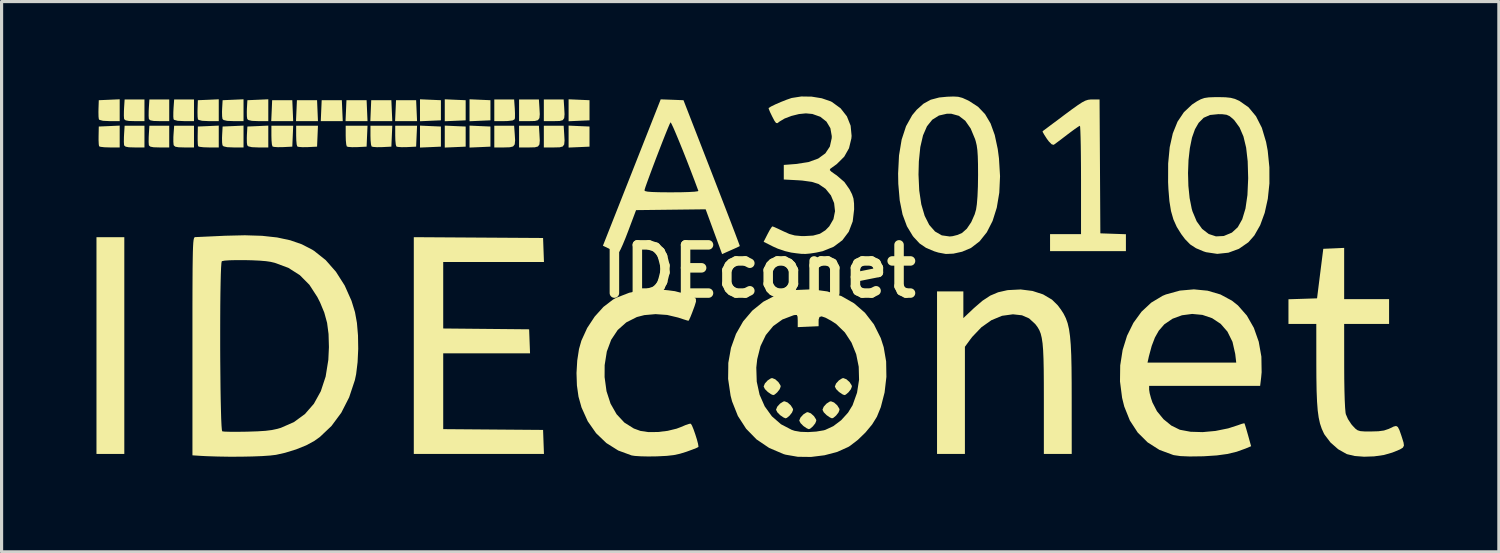
<source format=kicad_pcb>
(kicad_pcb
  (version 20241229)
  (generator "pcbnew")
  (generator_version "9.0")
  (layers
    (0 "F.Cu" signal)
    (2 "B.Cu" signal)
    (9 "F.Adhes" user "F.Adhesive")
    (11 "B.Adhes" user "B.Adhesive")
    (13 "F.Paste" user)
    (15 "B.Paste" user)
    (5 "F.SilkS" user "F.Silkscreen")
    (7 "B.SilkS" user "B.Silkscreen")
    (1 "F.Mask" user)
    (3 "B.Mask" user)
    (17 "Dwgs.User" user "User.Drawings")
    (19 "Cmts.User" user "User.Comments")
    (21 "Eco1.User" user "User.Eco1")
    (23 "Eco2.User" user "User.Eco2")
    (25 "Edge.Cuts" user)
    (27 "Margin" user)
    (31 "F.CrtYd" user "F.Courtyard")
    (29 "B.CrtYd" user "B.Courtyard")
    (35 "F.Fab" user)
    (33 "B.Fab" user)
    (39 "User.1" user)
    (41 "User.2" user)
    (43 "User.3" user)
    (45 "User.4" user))
  (footprint "IDEconet"
    (layer "F.Cu")
    (at 20.946 5.526)
    (property "Reference" "IDEconet" (at 0 0 0) (layer "F.SilkS") (effects (font (size 1.524 1.524) (thickness 0.3))))
    (attr board_only exclude_from_pos_files exclude_from_bom)
    (fp_poly (pts (xy -20.066 5.775) (xy -20.946 5.775) (xy -20.946 -1.077) (xy -20.066 -1.077)) (stroke (width 0) (type solid)) (fill yes) (layer "F.SilkS"))
    (fp_poly (pts (xy -13.16 -4.747) (xy -13.855 -4.747) (xy -13.826 -5.408) (xy -13.189 -5.408)) (stroke (width 0) (type solid)) (fill yes) (layer "F.SilkS"))
    (fp_poly (pts (xy -12.377 -4.747) (xy -13.072 -4.747) (xy -13.043 -5.408) (xy -12.406 -5.408)) (stroke (width 0) (type solid)) (fill yes) (layer "F.SilkS"))
    (fp_poly (pts (xy -10.811 -4.747) (xy -11.505 -4.747) (xy -11.476 -5.408) (xy -10.84 -5.408)) (stroke (width 0) (type solid)) (fill yes) (layer "F.SilkS"))
    (fp_poly (pts (xy -10.057 -5.408) (xy -10.057 -4.772) (xy -10.718 -4.743) (xy -10.718 -5.437)) (stroke (width 0) (type solid)) (fill yes) (layer "F.SilkS"))
    (fp_poly (pts (xy -8.491 -5.408) (xy -8.491 -4.772) (xy -9.152 -4.743) (xy -9.152 -5.437)) (stroke (width 0) (type solid)) (fill yes) (layer "F.SilkS"))
    (fp_poly (pts (xy -5.359 -5.408) (xy -5.359 -4.772) (xy -6.02 -4.743) (xy -6.02 -5.437)) (stroke (width 0) (type solid)) (fill yes) (layer "F.SilkS"))
    (fp_poly (pts (xy -14.727 -4.747) (xy -15.421 -4.747) (xy -15.406 -5.078) (xy -15.392 -5.408) (xy -14.755 -5.408)) (stroke (width 0) (type solid)) (fill yes) (layer "F.SilkS"))
    (fp_poly (pts (xy -13.958 -5.078) (xy -13.944 -4.747) (xy -14.638 -4.747) (xy -14.609 -5.408) (xy -13.972 -5.408)) (stroke (width 0) (type solid)) (fill yes) (layer "F.SilkS"))
    (fp_poly (pts (xy -11.609 -5.078) (xy -11.594 -4.747) (xy -12.288 -4.747) (xy -12.274 -5.078) (xy -12.26 -5.408) (xy -11.623 -5.408)) (stroke (width 0) (type solid)) (fill yes) (layer "F.SilkS"))
    (fp_poly (pts (xy -10.388 -4.59) (xy -10.057 -4.576) (xy -10.057 -3.94) (xy -10.388 -3.925) (xy -10.718 -3.911) (xy -10.718 -4.605)) (stroke (width 0) (type solid)) (fill yes) (layer "F.SilkS"))
    (fp_poly (pts (xy -9.605 -5.422) (xy -9.274 -5.408) (xy -9.274 -4.772) (xy -9.605 -4.757) (xy -9.935 -4.743) (xy -9.935 -5.437)) (stroke (width 0) (type solid)) (fill yes) (layer "F.SilkS"))
    (fp_poly (pts (xy -9.605 -4.59) (xy -9.274 -4.576) (xy -9.274 -3.94) (xy -9.605 -3.925) (xy -9.935 -3.911) (xy -9.935 -4.605)) (stroke (width 0) (type solid)) (fill yes) (layer "F.SilkS"))
    (fp_poly (pts (xy -8.821 -4.59) (xy -8.491 -4.576) (xy -8.491 -3.94) (xy -8.821 -3.925) (xy -9.152 -3.911) (xy -9.152 -4.605)) (stroke (width 0) (type solid)) (fill yes) (layer "F.SilkS"))
    (fp_poly (pts (xy -5.689 -4.59) (xy -5.359 -4.576) (xy -5.359 -3.94) (xy -5.689 -3.925) (xy -6.02 -3.911) (xy -6.02 -4.605)) (stroke (width 0) (type solid)) (fill yes) (layer "F.SilkS"))
    (fp_poly (pts (xy -7.723 -4.343) (xy -7.711 -4.139) (xy -7.723 -4.013) (xy -7.775 -3.946) (xy -7.88 -3.92) (xy -8.053 -3.915) (xy -8.369 -3.915) (xy -8.369 -4.6) (xy -7.742 -4.6)) (stroke (width 0) (type solid)) (fill yes) (layer "F.SilkS"))
    (fp_poly (pts (xy -20.212 -4.747) (xy -20.532 -4.747) (xy -20.739 -4.757) (xy -20.851 -4.786) (xy -20.871 -4.808) (xy -20.881 -4.889) (xy -20.884 -5.031) (xy -20.882 -5.139) (xy -20.873 -5.408) (xy -20.212 -5.437)) (stroke (width 0) (type solid)) (fill yes) (layer "F.SilkS"))
    (fp_poly (pts (xy -17.863 -4.747) (xy -18.176 -4.747) (xy -18.379 -4.757) (xy -18.49 -4.787) (xy -18.509 -4.808) (xy -18.517 -4.888) (xy -18.516 -5.03) (xy -18.51 -5.151) (xy -18.49 -5.432) (xy -17.863 -5.432)) (stroke (width 0) (type solid)) (fill yes) (layer "F.SilkS"))
    (fp_poly (pts (xy -16.297 -4.747) (xy -16.617 -4.747) (xy -16.814 -4.755) (xy -16.927 -4.781) (xy -16.962 -4.814) (xy -16.974 -4.899) (xy -16.977 -5.042) (xy -16.973 -5.145) (xy -16.958 -5.408) (xy -16.297 -5.437)) (stroke (width 0) (type solid)) (fill yes) (layer "F.SilkS"))
    (fp_poly (pts (xy -15.514 -4.747) (xy -15.834 -4.747) (xy -16.031 -4.755) (xy -16.144 -4.781) (xy -16.179 -4.814) (xy -16.191 -4.899) (xy -16.193 -5.042) (xy -16.19 -5.145) (xy -16.175 -5.408) (xy -15.514 -5.437)) (stroke (width 0) (type solid)) (fill yes) (layer "F.SilkS"))
    (fp_poly (pts (xy -7.722 -5.151) (xy -7.715 -4.987) (xy -7.716 -4.858) (xy -7.723 -4.808) (xy -7.787 -4.769) (xy -7.944 -4.75) (xy -8.056 -4.747) (xy -8.369 -4.747) (xy -8.369 -5.432) (xy -7.742 -5.432)) (stroke (width 0) (type solid)) (fill yes) (layer "F.SilkS"))
    (fp_poly (pts (xy -6.942 -5.169) (xy -6.931 -4.966) (xy -6.942 -4.842) (xy -6.989 -4.777) (xy -7.086 -4.751) (xy -7.25 -4.747) (xy -7.271 -4.747) (xy -7.586 -4.747) (xy -7.586 -5.432) (xy -6.959 -5.432)) (stroke (width 0) (type solid)) (fill yes) (layer "F.SilkS"))
    (fp_poly (pts (xy -6.942 -4.338) (xy -6.931 -4.134) (xy -6.942 -4.01) (xy -6.989 -3.945) (xy -7.086 -3.919) (xy -7.25 -3.915) (xy -7.271 -3.915) (xy -7.586 -3.915) (xy -7.586 -4.6) (xy -6.959 -4.6)) (stroke (width 0) (type solid)) (fill yes) (layer "F.SilkS"))
    (fp_poly (pts (xy -6.159 -5.169) (xy -6.148 -4.966) (xy -6.159 -4.842) (xy -6.206 -4.777) (xy -6.303 -4.751) (xy -6.467 -4.747) (xy -6.488 -4.747) (xy -6.803 -4.747) (xy -6.803 -5.432) (xy -6.176 -5.432)) (stroke (width 0) (type solid)) (fill yes) (layer "F.SilkS"))
    (fp_poly (pts (xy -6.159 -4.338) (xy -6.148 -4.134) (xy -6.159 -4.01) (xy -6.206 -3.945) (xy -6.303 -3.919) (xy -6.467 -3.915) (xy -6.488 -3.915) (xy -6.803 -3.915) (xy -6.803 -4.6) (xy -6.176 -4.6)) (stroke (width 0) (type solid)) (fill yes) (layer "F.SilkS"))
    (fp_poly (pts (xy -20.212 -3.915) (xy -20.528 -3.915) (xy -20.693 -3.92) (xy -20.815 -3.934) (xy -20.864 -3.952) (xy -20.874 -4.017) (xy -20.88 -4.149) (xy -20.879 -4.282) (xy -20.873 -4.576) (xy -20.543 -4.59) (xy -20.212 -4.605)) (stroke (width 0) (type solid)) (fill yes) (layer "F.SilkS"))
    (fp_poly (pts (xy -19.429 -4.747) (xy -19.744 -4.747) (xy -19.922 -4.752) (xy -20.023 -4.771) (xy -20.068 -4.807) (xy -20.074 -4.827) (xy -20.08 -4.919) (xy -20.078 -5.069) (xy -20.073 -5.169) (xy -20.056 -5.432) (xy -19.429 -5.432)) (stroke (width 0) (type solid)) (fill yes) (layer "F.SilkS"))
    (fp_poly (pts (xy -19.429 -3.915) (xy -19.744 -3.915) (xy -19.922 -3.92) (xy -20.023 -3.939) (xy -20.068 -3.975) (xy -20.074 -3.995) (xy -20.08 -4.087) (xy -20.078 -4.237) (xy -20.073 -4.338) (xy -20.056 -4.6) (xy -19.429 -4.6)) (stroke (width 0) (type solid)) (fill yes) (layer "F.SilkS"))
    (fp_poly (pts (xy -18.646 -4.747) (xy -18.961 -4.747) (xy -19.139 -4.752) (xy -19.24 -4.771) (xy -19.285 -4.807) (xy -19.291 -4.827) (xy -19.297 -4.919) (xy -19.295 -5.069) (xy -19.29 -5.169) (xy -19.273 -5.432) (xy -18.646 -5.432)) (stroke (width 0) (type solid)) (fill yes) (layer "F.SilkS"))
    (fp_poly (pts (xy -18.646 -3.915) (xy -18.961 -3.915) (xy -19.139 -3.92) (xy -19.24 -3.939) (xy -19.285 -3.975) (xy -19.291 -3.995) (xy -19.297 -4.087) (xy -19.295 -4.237) (xy -19.29 -4.338) (xy -19.273 -4.6) (xy -18.646 -4.6)) (stroke (width 0) (type solid)) (fill yes) (layer "F.SilkS"))
    (fp_poly (pts (xy -17.863 -3.915) (xy -18.176 -3.915) (xy -18.351 -3.92) (xy -18.452 -3.938) (xy -18.498 -3.974) (xy -18.508 -4.001) (xy -18.516 -4.098) (xy -18.515 -4.249) (xy -18.509 -4.343) (xy -18.49 -4.6) (xy -17.863 -4.6)) (stroke (width 0) (type solid)) (fill yes) (layer "F.SilkS"))
    (fp_poly (pts (xy -17.08 -4.747) (xy -17.4 -4.747) (xy -17.607 -4.757) (xy -17.719 -4.786) (xy -17.739 -4.808) (xy -17.749 -4.889) (xy -17.752 -5.031) (xy -17.75 -5.139) (xy -17.741 -5.408) (xy -17.411 -5.422) (xy -17.08 -5.437)) (stroke (width 0) (type solid)) (fill yes) (layer "F.SilkS"))
    (fp_poly (pts (xy -17.08 -3.915) (xy -17.395 -3.915) (xy -17.561 -3.92) (xy -17.682 -3.934) (xy -17.732 -3.952) (xy -17.742 -4.017) (xy -17.747 -4.149) (xy -17.747 -4.282) (xy -17.741 -4.576) (xy -17.411 -4.59) (xy -17.08 -4.605)) (stroke (width 0) (type solid)) (fill yes) (layer "F.SilkS"))
    (fp_poly (pts (xy -16.297 -3.915) (xy -16.617 -3.915) (xy -16.814 -3.923) (xy -16.927 -3.949) (xy -16.962 -3.982) (xy -16.974 -4.067) (xy -16.977 -4.21) (xy -16.973 -4.313) (xy -16.958 -4.576) (xy -16.627 -4.59) (xy -16.297 -4.605)) (stroke (width 0) (type solid)) (fill yes) (layer "F.SilkS"))
    (fp_poly (pts (xy -15.514 -3.915) (xy -15.834 -3.915) (xy -16.031 -3.923) (xy -16.144 -3.949) (xy -16.179 -3.982) (xy -16.191 -4.067) (xy -16.193 -4.21) (xy -16.19 -4.313) (xy -16.175 -4.576) (xy -15.844 -4.59) (xy -15.514 -4.605)) (stroke (width 0) (type solid)) (fill yes) (layer "F.SilkS"))
    (fp_poly (pts (xy -14.741 -4.27) (xy -14.755 -3.94) (xy -15.051 -3.925) (xy -15.214 -3.923) (xy -15.335 -3.932) (xy -15.381 -3.946) (xy -15.4 -4.01) (xy -15.412 -4.141) (xy -15.416 -4.29) (xy -15.416 -4.6) (xy -14.727 -4.6)) (stroke (width 0) (type solid)) (fill yes) (layer "F.SilkS"))
    (fp_poly (pts (xy -13.958 -4.27) (xy -13.972 -3.94) (xy -14.268 -3.925) (xy -14.431 -3.923) (xy -14.552 -3.932) (xy -14.598 -3.946) (xy -14.617 -4.01) (xy -14.629 -4.141) (xy -14.633 -4.29) (xy -14.633 -4.6) (xy -13.944 -4.6)) (stroke (width 0) (type solid)) (fill yes) (layer "F.SilkS"))
    (fp_poly (pts (xy -12.392 -4.27) (xy -12.406 -3.94) (xy -12.702 -3.925) (xy -12.864 -3.923) (xy -12.986 -3.932) (xy -13.032 -3.946) (xy -13.05 -4.01) (xy -13.063 -4.141) (xy -13.067 -4.29) (xy -13.067 -4.6) (xy -12.377 -4.6)) (stroke (width 0) (type solid)) (fill yes) (layer "F.SilkS"))
    (fp_poly (pts (xy -11.609 -4.27) (xy -11.623 -3.94) (xy -11.919 -3.925) (xy -12.081 -3.923) (xy -12.202 -3.932) (xy -12.249 -3.946) (xy -12.267 -4.01) (xy -12.28 -4.141) (xy -12.284 -4.29) (xy -12.284 -4.6) (xy -11.594 -4.6)) (stroke (width 0) (type solid)) (fill yes) (layer "F.SilkS"))
    (fp_poly (pts (xy -10.826 -4.27) (xy -10.84 -3.94) (xy -11.136 -3.925) (xy -11.298 -3.923) (xy -11.419 -3.932) (xy -11.466 -3.946) (xy -11.484 -4.01) (xy -11.497 -4.141) (xy -11.501 -4.29) (xy -11.501 -4.6) (xy -10.811 -4.6)) (stroke (width 0) (type solid)) (fill yes) (layer "F.SilkS"))
    (fp_poly (pts (xy -8.87 -1.065) (xy -6.827 -1.052) (xy -6.813 -0.673) (xy -6.799 -0.294) (xy -9.984 -0.294) (xy -9.984 1.809) (xy -8.626 1.822) (xy -7.268 1.835) (xy -7.239 2.594) (xy -9.984 2.594) (xy -9.984 4.991) (xy -6.827 5.016) (xy -6.813 5.396) (xy -6.799 5.775) (xy -10.914 5.775) (xy -10.914 -1.078)) (stroke (width 0) (type solid)) (fill yes) (layer "F.SilkS"))
    (fp_poly (pts (xy 0.513 3.415) (xy 0.613 3.505) (xy 0.678 3.607) (xy 0.685 3.646) (xy 0.652 3.73) (xy 0.576 3.828) (xy 0.491 3.9) (xy 0.447 3.915) (xy 0.383 3.888) (xy 0.284 3.82) (xy 0.276 3.814) (xy 0.187 3.725) (xy 0.147 3.646) (xy 0.147 3.642) (xy 0.185 3.548) (xy 0.274 3.45) (xy 0.376 3.385) (xy 0.416 3.377)) (stroke (width 0) (type solid)) (fill yes) (layer "F.SilkS"))
    (fp_poly (pts (xy 0.905 4.149) (xy 1.004 4.239) (xy 1.069 4.342) (xy 1.077 4.38) (xy 1.044 4.465) (xy 0.968 4.562) (xy 0.882 4.634) (xy 0.839 4.649) (xy 0.774 4.622) (xy 0.675 4.554) (xy 0.667 4.548) (xy 0.579 4.459) (xy 0.539 4.38) (xy 0.538 4.377) (xy 0.576 4.282) (xy 0.665 4.184) (xy 0.768 4.119) (xy 0.808 4.111)) (stroke (width 0) (type solid)) (fill yes) (layer "F.SilkS"))
    (fp_poly (pts (xy 1.639 4.492) (xy 1.738 4.581) (xy 1.803 4.684) (xy 1.811 4.723) (xy 1.778 4.807) (xy 1.702 4.904) (xy 1.616 4.977) (xy 1.573 4.992) (xy 1.508 4.964) (xy 1.41 4.897) (xy 1.401 4.89) (xy 1.313 4.801) (xy 1.273 4.723) (xy 1.272 4.719) (xy 1.311 4.625) (xy 1.4 4.527) (xy 1.502 4.462) (xy 1.542 4.454)) (stroke (width 0) (type solid)) (fill yes) (layer "F.SilkS"))
    (fp_poly (pts (xy 2.373 4.149) (xy 2.473 4.239) (xy 2.537 4.342) (xy 2.545 4.38) (xy 2.512 4.465) (xy 2.436 4.562) (xy 2.35 4.634) (xy 2.307 4.649) (xy 2.243 4.622) (xy 2.144 4.554) (xy 2.136 4.548) (xy 2.047 4.459) (xy 2.007 4.38) (xy 2.007 4.377) (xy 2.045 4.282) (xy 2.134 4.184) (xy 2.236 4.119) (xy 2.276 4.111)) (stroke (width 0) (type solid)) (fill yes) (layer "F.SilkS"))
    (fp_poly (pts (xy 2.764 3.415) (xy 2.864 3.505) (xy 2.929 3.607) (xy 2.936 3.646) (xy 2.904 3.73) (xy 2.827 3.828) (xy 2.742 3.9) (xy 2.698 3.915) (xy 2.634 3.888) (xy 2.535 3.82) (xy 2.527 3.814) (xy 2.438 3.725) (xy 2.398 3.646) (xy 2.398 3.642) (xy 2.436 3.548) (xy 2.525 3.45) (xy 2.627 3.385) (xy 2.667 3.377)) (stroke (width 0) (type solid)) (fill yes) (layer "F.SilkS"))
    (fp_poly (pts (xy 10.779 -3.316) (xy 10.791 -1.199) (xy 11.195 -1.185) (xy 11.599 -1.171) (xy 11.599 -0.636) (xy 9.201 -0.636) (xy 9.201 -1.175) (xy 10.18 -1.175) (xy 10.18 -2.887) (xy 10.179 -3.286) (xy 10.176 -3.652) (xy 10.172 -3.973) (xy 10.166 -4.24) (xy 10.159 -4.441) (xy 10.152 -4.564) (xy 10.145 -4.6) (xy 10.094 -4.572) (xy 9.984 -4.497) (xy 9.835 -4.387) (xy 9.741 -4.316) (xy 9.574 -4.188) (xy 9.433 -4.082) (xy 9.339 -4.013) (xy 9.314 -3.997) (xy 9.252 -4.014) (xy 9.159 -4.109) (xy 9.101 -4.187) (xy 9.02 -4.312) (xy 8.971 -4.399) (xy 8.964 -4.425) (xy 9.006 -4.458) (xy 9.115 -4.539) (xy 9.275 -4.659) (xy 9.474 -4.807) (xy 9.645 -4.936) (xy 9.892 -5.119) (xy 10.076 -5.25) (xy 10.212 -5.339) (xy 10.316 -5.393) (xy 10.402 -5.421) (xy 10.485 -5.431) (xy 10.538 -5.432) (xy 10.766 -5.432)) (stroke (width 0) (type solid)) (fill yes) (layer "F.SilkS"))
    (fp_poly (pts (xy 8.645 0.622) (xy 8.981 0.731) (xy 9.262 0.897) (xy 9.442 1.074) (xy 9.545 1.211) (xy 9.631 1.345) (xy 9.701 1.486) (xy 9.757 1.643) (xy 9.8 1.828) (xy 9.832 2.051) (xy 9.855 2.321) (xy 9.871 2.65) (xy 9.88 3.047) (xy 9.884 3.523) (xy 9.885 4.001) (xy 9.886 5.775) (xy 9.005 5.775) (xy 9.005 4.046) (xy 9.004 3.538) (xy 9.001 3.117) (xy 8.994 2.774) (xy 8.982 2.497) (xy 8.964 2.278) (xy 8.938 2.106) (xy 8.905 1.97) (xy 8.861 1.86) (xy 8.807 1.767) (xy 8.741 1.679) (xy 8.729 1.665) (xy 8.538 1.49) (xy 8.314 1.392) (xy 8.033 1.361) (xy 8.025 1.361) (xy 7.682 1.408) (xy 7.347 1.547) (xy 7.03 1.771) (xy 6.743 2.072) (xy 6.685 2.147) (xy 6.509 2.387) (xy 6.509 5.775) (xy 5.628 5.775) (xy 5.628 0.636) (xy 6.46 0.636) (xy 6.46 1.48) (xy 6.795 1.164) (xy 7.064 0.932) (xy 7.31 0.77) (xy 7.56 0.664) (xy 7.842 0.6) (xy 7.879 0.595) (xy 8.272 0.575)) (stroke (width 0) (type solid)) (fill yes) (layer "F.SilkS"))
    (fp_poly (pts (xy 18.499 0.881) (xy 19.919 0.881) (xy 19.919 1.664) (xy 18.499 1.664) (xy 18.5 2.998) (xy 18.502 3.407) (xy 18.508 3.771) (xy 18.517 4.077) (xy 18.529 4.314) (xy 18.543 4.471) (xy 18.552 4.519) (xy 18.619 4.673) (xy 18.725 4.835) (xy 18.769 4.886) (xy 18.852 4.974) (xy 18.924 5.027) (xy 19.012 5.054) (xy 19.143 5.064) (xy 19.34 5.065) (xy 19.581 5.058) (xy 19.758 5.034) (xy 19.904 4.985) (xy 19.957 4.961) (xy 20.067 4.908) (xy 20.141 4.891) (xy 20.195 4.922) (xy 20.244 5.015) (xy 20.303 5.183) (xy 20.334 5.279) (xy 20.377 5.418) (xy 20.389 5.51) (xy 20.356 5.575) (xy 20.264 5.632) (xy 20.1 5.701) (xy 20.017 5.733) (xy 19.753 5.809) (xy 19.445 5.852) (xy 19.128 5.863) (xy 18.832 5.84) (xy 18.592 5.783) (xy 18.576 5.777) (xy 18.31 5.627) (xy 18.065 5.411) (xy 17.878 5.163) (xy 17.855 5.121) (xy 17.789 4.975) (xy 17.735 4.814) (xy 17.694 4.627) (xy 17.663 4.401) (xy 17.642 4.124) (xy 17.628 3.783) (xy 17.621 3.366) (xy 17.619 2.973) (xy 17.618 1.664) (xy 16.738 1.664) (xy 16.738 0.885) (xy 17.19 0.871) (xy 17.642 0.856) (xy 17.74 0.073) (xy 17.839 -0.71) (xy 18.169 -0.724) (xy 18.499 -0.739)) (stroke (width 0) (type solid)) (fill yes) (layer "F.SilkS"))
    (fp_poly (pts (xy -2.748 -5.422) (xy -2.388 -5.408) (xy -1.493 -3.108) (xy -1.319 -2.659) (xy -1.156 -2.239) (xy -1.008 -1.856) (xy -0.878 -1.518) (xy -0.77 -1.236) (xy -0.687 -1.016) (xy -0.632 -0.868) (xy -0.608 -0.8) (xy -0.607 -0.797) (xy -0.653 -0.773) (xy -0.764 -0.722) (xy -0.892 -0.665) (xy -1.167 -0.543) (xy -1.427 -1.251) (xy -1.687 -1.959) (xy -2.787 -1.946) (xy -3.887 -1.933) (xy -4.134 -1.276) (xy -4.225 -1.041) (xy -4.308 -0.841) (xy -4.376 -0.692) (xy -4.42 -0.613) (xy -4.429 -0.604) (xy -4.498 -0.615) (xy -4.621 -0.66) (xy -4.706 -0.698) (xy -4.935 -0.808) (xy -4.244 -2.557) (xy -3.622 -2.557) (xy -3.598 -2.534) (xy -3.521 -2.517) (xy -3.38 -2.506) (xy -3.164 -2.499) (xy -2.864 -2.496) (xy -2.761 -2.496) (xy -2.469 -2.498) (xy -2.225 -2.505) (xy -2.045 -2.515) (xy -1.939 -2.529) (xy -1.917 -2.54) (xy -2.035 -2.858) (xy -2.16 -3.185) (xy -2.286 -3.51) (xy -2.409 -3.82) (xy -2.524 -4.103) (xy -2.625 -4.345) (xy -2.707 -4.536) (xy -2.766 -4.661) (xy -2.796 -4.71) (xy -2.797 -4.709) (xy -2.826 -4.653) (xy -2.882 -4.521) (xy -2.96 -4.329) (xy -3.053 -4.094) (xy -3.155 -3.831) (xy -3.261 -3.556) (xy -3.363 -3.286) (xy -3.456 -3.036) (xy -3.534 -2.823) (xy -3.591 -2.663) (xy -3.619 -2.571) (xy -3.622 -2.557) (xy -4.244 -2.557) (xy -4.021 -3.121) (xy -3.108 -5.435)) (stroke (width 0) (type solid)) (fill yes) (layer "F.SilkS"))
    (fp_poly (pts (xy -2.661 0.629) (xy -2.359 0.708) (xy -2.17 0.768) (xy -2.051 0.815) (xy -1.995 0.872) (xy -1.993 0.96) (xy -2.036 1.099) (xy -2.114 1.309) (xy -2.17 1.449) (xy -2.214 1.543) (xy -2.232 1.566) (xy -2.286 1.551) (xy -2.407 1.513) (xy -2.559 1.463) (xy -2.904 1.381) (xy -3.271 1.355) (xy -3.625 1.386) (xy -3.862 1.447) (xy -4.196 1.616) (xy -4.468 1.857) (xy -4.674 2.166) (xy -4.812 2.538) (xy -4.88 2.967) (xy -4.882 3.346) (xy -4.821 3.793) (xy -4.693 4.187) (xy -4.503 4.519) (xy -4.257 4.783) (xy -3.958 4.971) (xy -3.749 5.047) (xy -3.5 5.084) (xy -3.201 5.082) (xy -2.89 5.045) (xy -2.606 4.976) (xy -2.471 4.925) (xy -2.32 4.861) (xy -2.206 4.823) (xy -2.157 4.819) (xy -2.121 4.875) (xy -2.071 4.995) (xy -2.017 5.149) (xy -1.966 5.31) (xy -1.929 5.449) (xy -1.914 5.539) (xy -1.918 5.556) (xy -1.975 5.585) (xy -2.101 5.635) (xy -2.27 5.697) (xy -2.307 5.71) (xy -2.503 5.77) (xy -2.694 5.811) (xy -2.915 5.836) (xy -3.195 5.85) (xy -3.255 5.852) (xy -3.504 5.855) (xy -3.737 5.85) (xy -3.923 5.838) (xy -4.028 5.822) (xy -4.45 5.667) (xy -4.827 5.43) (xy -5.151 5.119) (xy -5.415 4.742) (xy -5.611 4.307) (xy -5.707 3.964) (xy -5.757 3.609) (xy -5.77 3.217) (xy -5.747 2.822) (xy -5.691 2.458) (xy -5.616 2.194) (xy -5.433 1.794) (xy -5.195 1.433) (xy -4.919 1.127) (xy -4.618 0.896) (xy -4.52 0.841) (xy -4.1 0.678) (xy -3.635 0.587) (xy -3.147 0.57)) (stroke (width 0) (type solid)) (fill yes) (layer "F.SilkS"))
    (fp_poly (pts (xy 6.298 -5.516) (xy 6.425 -5.483) (xy 6.572 -5.418) (xy 6.656 -5.375) (xy 6.926 -5.199) (xy 7.146 -4.968) (xy 7.32 -4.674) (xy 7.452 -4.309) (xy 7.547 -3.865) (xy 7.586 -3.569) (xy 7.62 -3.005) (xy 7.596 -2.483) (xy 7.516 -2.009) (xy 7.384 -1.59) (xy 7.202 -1.233) (xy 6.973 -0.946) (xy 6.7 -0.736) (xy 6.421 -0.618) (xy 6.144 -0.557) (xy 5.907 -0.547) (xy 5.67 -0.591) (xy 5.537 -0.632) (xy 5.279 -0.741) (xy 5.078 -0.878) (xy 4.896 -1.073) (xy 4.861 -1.116) (xy 4.676 -1.422) (xy 4.538 -1.795) (xy 4.448 -2.241) (xy 4.403 -2.765) (xy 4.398 -3.059) (xy 5.042 -3.059) (xy 5.065 -2.553) (xy 5.13 -2.117) (xy 5.237 -1.752) (xy 5.382 -1.465) (xy 5.564 -1.258) (xy 5.779 -1.135) (xy 6.028 -1.1) (xy 6.118 -1.109) (xy 6.277 -1.149) (xy 6.417 -1.21) (xy 6.57 -1.346) (xy 6.709 -1.552) (xy 6.819 -1.802) (xy 6.862 -1.952) (xy 6.887 -2.121) (xy 6.907 -2.37) (xy 6.92 -2.682) (xy 6.925 -3.037) (xy 6.925 -3.059) (xy 6.923 -3.388) (xy 6.916 -3.638) (xy 6.903 -3.83) (xy 6.882 -3.981) (xy 6.851 -4.112) (xy 6.831 -4.177) (xy 6.691 -4.514) (xy 6.52 -4.759) (xy 6.318 -4.914) (xy 6.08 -4.98) (xy 5.942 -4.981) (xy 5.687 -4.923) (xy 5.477 -4.791) (xy 5.31 -4.584) (xy 5.185 -4.296) (xy 5.099 -3.926) (xy 5.053 -3.471) (xy 5.042 -3.059) (xy 4.398 -3.059) (xy 4.397 -3.083) (xy 4.426 -3.662) (xy 4.509 -4.162) (xy 4.648 -4.586) (xy 4.843 -4.935) (xy 4.985 -5.106) (xy 5.2 -5.298) (xy 5.427 -5.423) (xy 5.696 -5.494) (xy 5.946 -5.518) (xy 6.151 -5.525)) (stroke (width 0) (type solid)) (fill yes) (layer "F.SilkS"))
    (fp_poly (pts (xy 14.181 0.614) (xy 14.587 0.733) (xy 14.951 0.929) (xy 15.14 1.079) (xy 15.423 1.401) (xy 15.644 1.789) (xy 15.798 2.226) (xy 15.882 2.699) (xy 15.89 3.192) (xy 15.874 3.365) (xy 15.843 3.622) (xy 12.333 3.622) (xy 12.333 3.742) (xy 12.35 3.853) (xy 12.393 4.014) (xy 12.437 4.146) (xy 12.581 4.425) (xy 12.788 4.677) (xy 13.035 4.878) (xy 13.298 5.008) (xy 13.316 5.013) (xy 13.644 5.074) (xy 14.025 5.085) (xy 14.43 5.048) (xy 14.831 4.967) (xy 15.141 4.867) (xy 15.261 4.824) (xy 15.336 4.806) (xy 15.346 4.807) (xy 15.365 4.858) (xy 15.402 4.979) (xy 15.45 5.146) (xy 15.459 5.177) (xy 15.557 5.531) (xy 15.383 5.604) (xy 15.103 5.705) (xy 14.808 5.776) (xy 14.472 5.822) (xy 14.069 5.848) (xy 13.997 5.85) (xy 13.615 5.855) (xy 13.323 5.843) (xy 13.115 5.813) (xy 13.092 5.807) (xy 12.659 5.647) (xy 12.285 5.409) (xy 11.972 5.098) (xy 11.724 4.718) (xy 11.546 4.274) (xy 11.479 4.003) (xy 11.412 3.482) (xy 11.419 2.975) (xy 11.433 2.887) (xy 12.282 2.887) (xy 15.087 2.887) (xy 15.055 2.613) (xy 14.969 2.232) (xy 14.809 1.908) (xy 14.595 1.662) (xy 14.324 1.483) (xy 14.017 1.379) (xy 13.694 1.349) (xy 13.372 1.391) (xy 13.072 1.501) (xy 12.812 1.679) (xy 12.638 1.879) (xy 12.516 2.096) (xy 12.415 2.359) (xy 12.325 2.692) (xy 12.312 2.753) (xy 12.282 2.887) (xy 11.433 2.887) (xy 11.495 2.49) (xy 11.635 2.039) (xy 11.836 1.631) (xy 12.093 1.278) (xy 12.401 0.991) (xy 12.755 0.778) (xy 12.863 0.733) (xy 13.304 0.611) (xy 13.748 0.572)) (stroke (width 0) (type solid)) (fill yes) (layer "F.SilkS"))
    (fp_poly (pts (xy 14.743 -5.501) (xy 14.91 -5.484) (xy 15.045 -5.449) (xy 15.181 -5.389) (xy 15.19 -5.384) (xy 15.477 -5.183) (xy 15.712 -4.9) (xy 15.897 -4.535) (xy 16.031 -4.085) (xy 16.082 -3.813) (xy 16.135 -3.287) (xy 16.136 -2.776) (xy 16.085 -2.291) (xy 15.987 -1.847) (xy 15.844 -1.456) (xy 15.659 -1.131) (xy 15.47 -0.916) (xy 15.173 -0.71) (xy 14.839 -0.587) (xy 14.486 -0.55) (xy 14.133 -0.603) (xy 14.053 -0.629) (xy 13.815 -0.729) (xy 13.631 -0.849) (xy 13.469 -1.015) (xy 13.347 -1.177) (xy 13.207 -1.402) (xy 13.101 -1.638) (xy 13.025 -1.903) (xy 12.974 -2.217) (xy 12.943 -2.599) (xy 12.933 -2.814) (xy 12.934 -3.107) (xy 13.563 -3.107) (xy 13.574 -2.7) (xy 13.613 -2.315) (xy 13.68 -1.975) (xy 13.704 -1.893) (xy 13.836 -1.579) (xy 14.009 -1.339) (xy 14.216 -1.179) (xy 14.446 -1.103) (xy 14.693 -1.115) (xy 14.947 -1.221) (xy 14.953 -1.225) (xy 15.135 -1.392) (xy 15.277 -1.644) (xy 15.379 -1.983) (xy 15.441 -2.409) (xy 15.464 -2.924) (xy 15.464 -2.964) (xy 15.449 -3.479) (xy 15.4 -3.909) (xy 15.315 -4.262) (xy 15.192 -4.547) (xy 15.029 -4.771) (xy 14.979 -4.821) (xy 14.878 -4.904) (xy 14.78 -4.948) (xy 14.646 -4.965) (xy 14.52 -4.967) (xy 14.259 -4.941) (xy 14.058 -4.853) (xy 13.898 -4.691) (xy 13.782 -4.489) (xy 13.689 -4.227) (xy 13.621 -3.894) (xy 13.578 -3.513) (xy 13.563 -3.107) (xy 12.934 -3.107) (xy 12.935 -3.41) (xy 12.984 -3.924) (xy 13.082 -4.361) (xy 13.231 -4.729) (xy 13.433 -5.03) (xy 13.69 -5.271) (xy 13.845 -5.373) (xy 13.967 -5.438) (xy 14.081 -5.478) (xy 14.219 -5.498) (xy 14.411 -5.505) (xy 14.511 -5.506)) (stroke (width 0) (type solid)) (fill yes) (layer "F.SilkS"))
    (fp_poly (pts (xy 2.159 0.637) (xy 2.605 0.785) (xy 3.004 1.012) (xy 3.349 1.312) (xy 3.633 1.68) (xy 3.849 2.112) (xy 3.942 2.402) (xy 4.019 2.852) (xy 4.027 3.339) (xy 3.97 3.831) (xy 3.85 4.297) (xy 3.727 4.599) (xy 3.578 4.84) (xy 3.368 5.094) (xy 3.125 5.33) (xy 2.878 5.519) (xy 2.82 5.555) (xy 2.473 5.711) (xy 2.071 5.817) (xy 1.645 5.87) (xy 1.226 5.865) (xy 0.844 5.799) (xy 0.78 5.781) (xy 0.32 5.585) (xy -0.078 5.316) (xy -0.408 4.978) (xy -0.668 4.575) (xy -0.852 4.113) (xy -0.899 3.93) (xy -0.977 3.403) (xy -0.972 3.045) (xy -0.086 3.045) (xy -0.072 3.491) (xy 0.018 3.903) (xy 0.18 4.271) (xy 0.407 4.586) (xy 0.694 4.836) (xy 1.033 5.013) (xy 1.126 5.044) (xy 1.313 5.076) (xy 1.554 5.084) (xy 1.809 5.068) (xy 2.039 5.03) (xy 2.091 5.016) (xy 2.348 4.897) (xy 2.598 4.708) (xy 2.814 4.47) (xy 2.957 4.237) (xy 3.099 3.84) (xy 3.163 3.429) (xy 3.152 3.018) (xy 3.072 2.622) (xy 2.924 2.256) (xy 2.714 1.934) (xy 2.445 1.672) (xy 2.283 1.565) (xy 2.098 1.466) (xy 1.979 1.426) (xy 1.912 1.445) (xy 1.886 1.522) (xy 1.884 1.578) (xy 1.884 1.737) (xy 1.224 1.766) (xy 1.224 1.563) (xy 1.219 1.436) (xy 1.195 1.383) (xy 1.132 1.383) (xy 1.089 1.392) (xy 0.741 1.524) (xy 0.449 1.733) (xy 0.216 2.015) (xy 0.047 2.366) (xy -0.057 2.779) (xy -0.086 3.045) (xy -0.972 3.045) (xy -0.971 2.897) (xy -0.886 2.42) (xy -0.728 1.98) (xy -0.502 1.585) (xy -0.212 1.244) (xy 0.136 0.963) (xy 0.537 0.753) (xy 0.987 0.619) (xy 1.156 0.593) (xy 1.673 0.571)) (stroke (width 0) (type solid)) (fill yes) (layer "F.SilkS"))
    (fp_poly (pts (xy 1.664 -5.521) (xy 1.984 -5.469) (xy 2.261 -5.374) (xy 2.305 -5.352) (xy 2.579 -5.152) (xy 2.778 -4.898) (xy 2.896 -4.603) (xy 2.927 -4.28) (xy 2.92 -4.2) (xy 2.845 -3.89) (xy 2.694 -3.623) (xy 2.458 -3.388) (xy 2.307 -3.279) (xy 2.25 -3.237) (xy 2.238 -3.2) (xy 2.284 -3.151) (xy 2.396 -3.071) (xy 2.452 -3.034) (xy 2.698 -2.823) (xy 2.859 -2.594) (xy 2.94 -2.436) (xy 2.986 -2.299) (xy 3.004 -2.143) (xy 3.007 -1.958) (xy 2.962 -1.577) (xy 2.837 -1.25) (xy 2.635 -0.981) (xy 2.359 -0.775) (xy 2.014 -0.635) (xy 1.804 -0.59) (xy 1.616 -0.561) (xy 1.473 -0.548) (xy 1.337 -0.551) (xy 1.169 -0.57) (xy 1.018 -0.591) (xy 0.819 -0.638) (xy 0.593 -0.715) (xy 0.443 -0.782) (xy 0.146 -0.932) (xy 0.27 -1.175) (xy 0.342 -1.309) (xy 0.4 -1.397) (xy 0.423 -1.419) (xy 0.479 -1.399) (xy 0.597 -1.346) (xy 0.753 -1.272) (xy 0.763 -1.267) (xy 0.96 -1.179) (xy 1.132 -1.132) (xy 1.33 -1.114) (xy 1.429 -1.112) (xy 1.71 -1.128) (xy 1.925 -1.186) (xy 2.1 -1.297) (xy 2.221 -1.421) (xy 2.353 -1.648) (xy 2.403 -1.899) (xy 2.374 -2.156) (xy 2.273 -2.398) (xy 2.104 -2.607) (xy 1.88 -2.76) (xy 1.67 -2.826) (xy 1.365 -2.868) (xy 1.236 -2.877) (xy 0.783 -2.901) (xy 0.783 -3.362) (xy 1.172 -3.392) (xy 1.562 -3.452) (xy 1.87 -3.563) (xy 2.096 -3.727) (xy 2.239 -3.942) (xy 2.298 -4.208) (xy 2.3 -4.273) (xy 2.256 -4.524) (xy 2.132 -4.731) (xy 1.938 -4.884) (xy 1.686 -4.973) (xy 1.481 -4.992) (xy 1.262 -4.97) (xy 1.026 -4.911) (xy 0.809 -4.829) (xy 0.648 -4.733) (xy 0.634 -4.721) (xy 0.581 -4.682) (xy 0.538 -4.689) (xy 0.488 -4.757) (xy 0.416 -4.894) (xy 0.349 -5.032) (xy 0.309 -5.13) (xy 0.303 -5.162) (xy 0.382 -5.21) (xy 0.523 -5.279) (xy 0.697 -5.354) (xy 0.871 -5.423) (xy 1.018 -5.474) (xy 1.042 -5.48) (xy 1.337 -5.526)) (stroke (width 0) (type solid)) (fill yes) (layer "F.SilkS"))
    (fp_poly (pts (xy -15.71 -1.121) (xy -15.235 -1.069) (xy -14.82 -0.98) (xy -14.455 -0.853) (xy -14.129 -0.685) (xy -14.066 -0.645) (xy -13.7 -0.354) (xy -13.375 0.016) (xy -13.099 0.45) (xy -12.883 0.934) (xy -12.773 1.293) (xy -12.712 1.631) (xy -12.678 2.029) (xy -12.671 2.455) (xy -12.691 2.874) (xy -12.737 3.253) (xy -12.777 3.442) (xy -12.958 3.986) (xy -13.206 4.472) (xy -13.517 4.892) (xy -13.885 5.24) (xy -14.064 5.367) (xy -14.318 5.504) (xy -14.636 5.632) (xy -14.984 5.739) (xy -15.269 5.803) (xy -15.451 5.825) (xy -15.71 5.843) (xy -16.026 5.855) (xy -16.378 5.862) (xy -16.748 5.863) (xy -17.113 5.857) (xy -17.455 5.846) (xy -17.631 5.837) (xy -17.912 5.819) (xy -17.912 2.371) (xy -17.912 1.942) (xy -17.035 1.942) (xy -17.035 2.386) (xy -17.033 2.829) (xy -17.029 3.262) (xy -17.025 3.672) (xy -17.019 4.05) (xy -17.011 4.383) (xy -17.003 4.662) (xy -16.993 4.875) (xy -16.982 5.011) (xy -16.97 5.06) (xy -16.902 5.069) (xy -16.754 5.074) (xy -16.547 5.076) (xy -16.298 5.073) (xy -16.175 5.071) (xy -15.85 5.06) (xy -15.6 5.044) (xy -15.401 5.019) (xy -15.232 4.983) (xy -15.115 4.949) (xy -14.705 4.769) (xy -14.357 4.515) (xy -14.073 4.189) (xy -13.854 3.793) (xy -13.701 3.329) (xy -13.616 2.801) (xy -13.597 2.398) (xy -13.609 1.984) (xy -13.655 1.632) (xy -13.743 1.309) (xy -13.878 0.983) (xy -13.964 0.814) (xy -14.215 0.427) (xy -14.518 0.122) (xy -14.88 -0.108) (xy -15.306 -0.266) (xy -15.441 -0.298) (xy -15.584 -0.319) (xy -15.786 -0.336) (xy -16.023 -0.347) (xy -16.274 -0.353) (xy -16.518 -0.353) (xy -16.731 -0.348) (xy -16.893 -0.337) (xy -16.981 -0.319) (xy -16.984 -0.317) (xy -16.996 -0.262) (xy -17.006 -0.12) (xy -17.015 0.097) (xy -17.022 0.38) (xy -17.028 0.716) (xy -17.032 1.096) (xy -17.034 1.508) (xy -17.035 1.942) (xy -17.912 1.942) (xy -17.912 1.706) (xy -17.912 1.132) (xy -17.911 0.643) (xy -17.909 0.231) (xy -17.907 -0.109) (xy -17.903 -0.385) (xy -17.899 -0.604) (xy -17.893 -0.771) (xy -17.886 -0.894) (xy -17.877 -0.98) (xy -17.866 -1.034) (xy -17.853 -1.065) (xy -17.838 -1.077) (xy -17.826 -1.08) (xy -17.751 -1.083) (xy -17.596 -1.09) (xy -17.378 -1.1) (xy -17.117 -1.112) (xy -16.884 -1.123) (xy -16.256 -1.138)) (stroke (width 0) (type solid)) (fill yes) (layer "F.SilkS")))
  (gr_rect
    (start -3 -3)
    (end 44.336 14.396)
    (stroke (width 0.1) (type default))
    (fill no)
    (layer "Edge.Cuts")))
</source>
